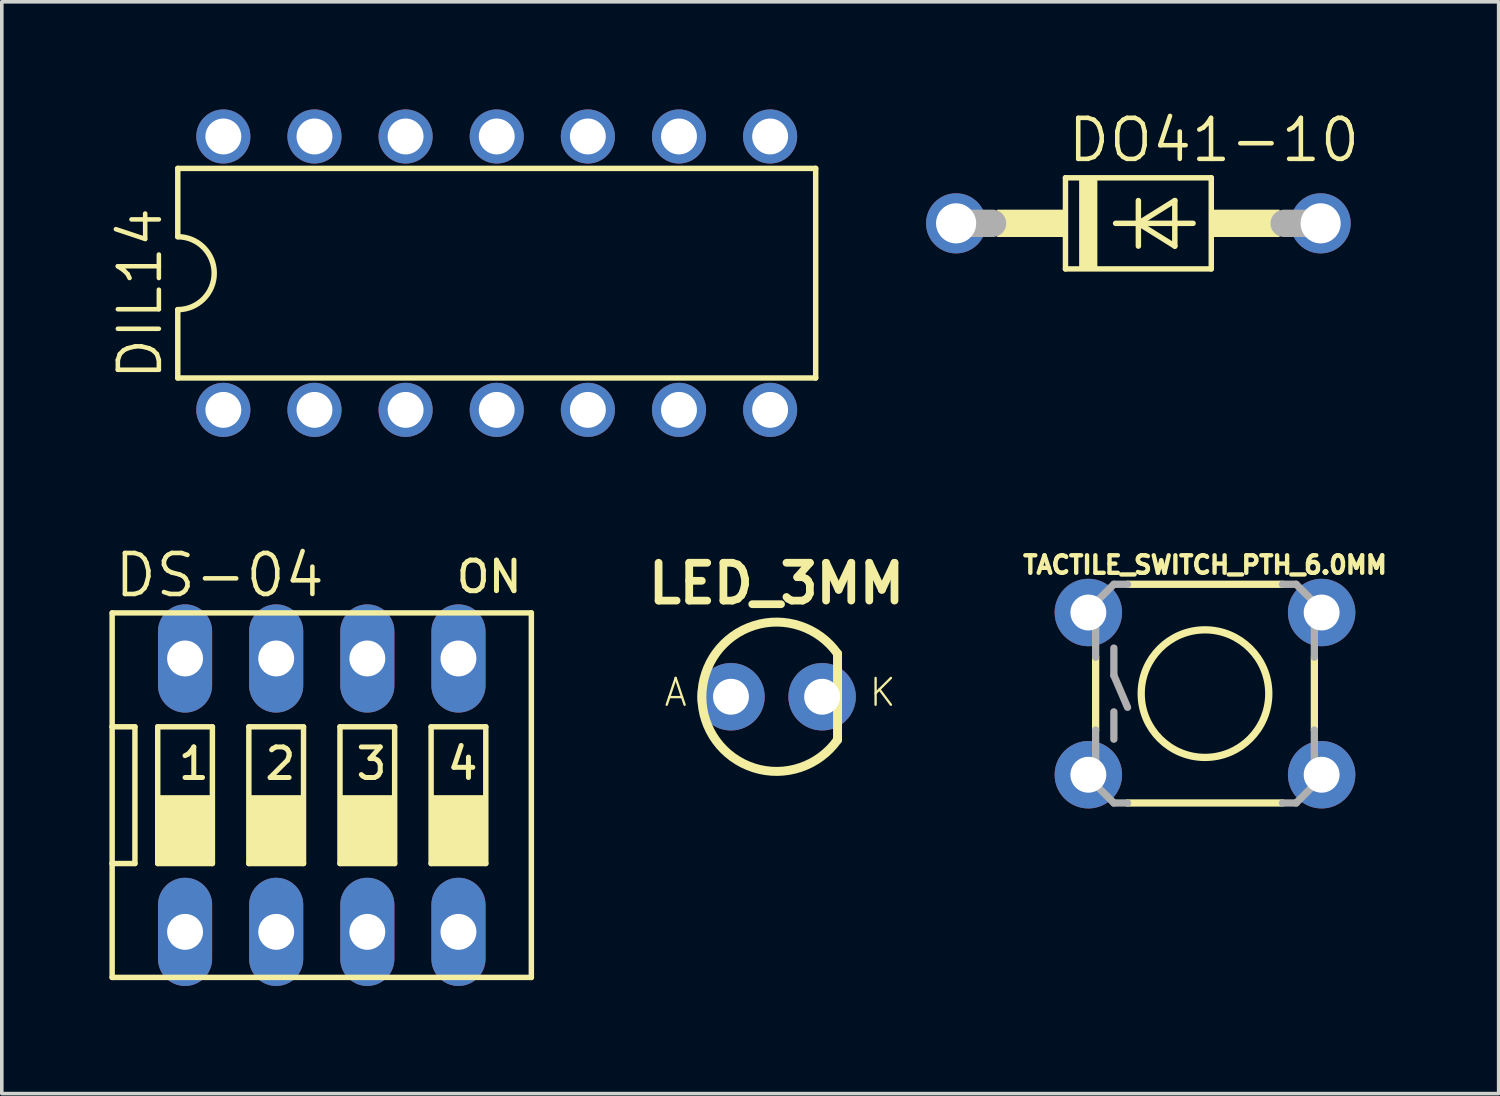
<source format=kicad_pcb>
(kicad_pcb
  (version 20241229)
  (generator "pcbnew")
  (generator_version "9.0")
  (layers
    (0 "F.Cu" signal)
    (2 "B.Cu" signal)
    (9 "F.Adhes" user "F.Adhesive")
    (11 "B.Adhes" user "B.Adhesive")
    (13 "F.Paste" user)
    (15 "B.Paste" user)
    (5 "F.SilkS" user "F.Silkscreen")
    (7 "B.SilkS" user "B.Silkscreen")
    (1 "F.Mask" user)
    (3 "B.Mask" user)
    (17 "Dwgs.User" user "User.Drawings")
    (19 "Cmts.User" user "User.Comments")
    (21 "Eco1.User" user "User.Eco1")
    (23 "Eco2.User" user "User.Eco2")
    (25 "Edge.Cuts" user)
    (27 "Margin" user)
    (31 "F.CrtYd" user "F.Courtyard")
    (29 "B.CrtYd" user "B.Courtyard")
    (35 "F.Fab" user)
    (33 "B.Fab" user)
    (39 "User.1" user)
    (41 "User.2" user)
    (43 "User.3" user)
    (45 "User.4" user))
  (footprint "TACTILE_SWITCH_PTH_6.0MM"
    (layer "F.Cu")
    (at 30.536 16.283)
    (property "Reference" "TACTILE_SWITCH_PTH_6.0MM" (at 0 -3.302 0) (layer "F.SilkS") (effects (font (size 0.488 0.488) (thickness 0.122)) (justify bottom)))
    (fp_line (start -3.048 -1.028) (end -3.048 1.016) (stroke (width 0.203) (type solid)) (layer "F.SilkS"))
    (fp_line (start -2.159 3.048) (end 2.159 3.048) (stroke (width 0.203) (type solid)) (layer "F.SilkS"))
    (fp_line (start 2.159 -3.048) (end -2.159 -3.048) (stroke (width 0.203) (type solid)) (layer "F.SilkS"))
    (fp_line (start 3.048 -0.998) (end 3.048 1.016) (stroke (width 0.203) (type solid)) (layer "F.SilkS"))
    (fp_circle (center 0 0) (end 1.778 0) (stroke (width 0.203) (type solid)) (fill no) (layer "F.SilkS"))
    (fp_line (start -3.048 -2.54) (end -3.048 -1.016) (stroke (width 0.203) (type solid)) (layer "F.Fab"))
    (fp_line (start -3.048 2.54) (end -3.048 1.016) (stroke (width 0.203) (type solid)) (layer "F.Fab"))
    (fp_line (start -2.54 -3.048) (end -3.048 -2.54) (stroke (width 0.203) (type solid)) (layer "F.Fab"))
    (fp_line (start -2.54 -3.048) (end -2.159 -3.048) (stroke (width 0.203) (type solid)) (layer "F.Fab"))
    (fp_line (start -2.54 -1.27) (end -2.54 -0.508) (stroke (width 0.203) (type solid)) (layer "F.Fab"))
    (fp_line (start -2.54 -0.508) (end -2.159 0.381) (stroke (width 0.203) (type solid)) (layer "F.Fab"))
    (fp_line (start -2.54 0.508) (end -2.54 1.27) (stroke (width 0.203) (type solid)) (layer "F.Fab"))
    (fp_line (start -2.54 3.048) (end -3.048 2.54) (stroke (width 0.203) (type solid)) (layer "F.Fab"))
    (fp_line (start -2.54 3.048) (end -2.159 3.048) (stroke (width 0.203) (type solid)) (layer "F.Fab"))
    (fp_line (start 2.54 -3.048) (end 2.159 -3.048) (stroke (width 0.203) (type solid)) (layer "F.Fab"))
    (fp_line (start 2.54 3.048) (end 2.159 3.048) (stroke (width 0.203) (type solid)) (layer "F.Fab"))
    (fp_line (start 2.54 3.048) (end 3.048 2.54) (stroke (width 0.203) (type solid)) (layer "F.Fab"))
    (fp_line (start 3.048 -2.54) (end 2.54 -3.048) (stroke (width 0.203) (type solid)) (layer "F.Fab"))
    (fp_line (start 3.048 -1.016) (end 3.048 -2.54) (stroke (width 0.203) (type solid)) (layer "F.Fab"))
    (fp_line (start 3.048 2.54) (end 3.048 1.016) (stroke (width 0.203) (type solid)) (layer "F.Fab"))
    (pad "1" thru_hole circle (at -3.251 -2.261) (size 1.88 1.88) (drill 1) (layers "*.Cu" "*.Mask"))
    (pad "2" thru_hole circle (at 3.251 -2.261) (size 1.88 1.88) (drill 1) (layers "*.Cu" "*.Mask"))
    (pad "3" thru_hole circle (at -3.251 2.261) (size 1.88 1.88) (drill 1) (layers "*.Cu" "*.Mask"))
    (pad "4" thru_hole circle (at 3.251 2.261) (size 1.88 1.88) (drill 1) (layers "*.Cu" "*.Mask")))
  (footprint "DIL14"
    (layer "F.Cu")
    (at 10.795 4.564)
    (property "Reference" "DIL14" (at -9.271 3.048 90) (layer "F.SilkS") (effects (font (size 1.143 1.143) (thickness 0.127)) (justify left bottom)))
    (fp_line (start -8.89 -2.921) (end -8.89 -1.016) (stroke (width 0.152) (type solid)) (layer "F.SilkS"))
    (fp_line (start -8.89 2.921) (end -8.89 1.016) (stroke (width 0.152) (type solid)) (layer "F.SilkS"))
    (fp_line (start -8.89 2.921) (end 8.89 2.921) (stroke (width 0.152) (type solid)) (layer "F.SilkS"))
    (fp_line (start 8.89 -2.921) (end -8.89 -2.921) (stroke (width 0.152) (type solid)) (layer "F.SilkS"))
    (fp_line (start 8.89 -2.921) (end 8.89 2.921) (stroke (width 0.152) (type solid)) (layer "F.SilkS"))
    (fp_arc (start -8.89 -1.016) (mid -7.874 0) (end -8.89 1.016) (stroke (width 0.1524) (type solid)) (layer "F.SilkS"))
    (pad "1" thru_hole circle (at -7.62 3.81 90) (size 1.508 1.508) (drill 1) (layers "*.Cu" "*.Mask"))
    (pad "2" thru_hole circle (at -5.08 3.81 90) (size 1.508 1.508) (drill 1) (layers "*.Cu" "*.Mask"))
    (pad "3" thru_hole circle (at -2.54 3.81 90) (size 1.508 1.508) (drill 1) (layers "*.Cu" "*.Mask"))
    (pad "4" thru_hole circle (at 0 3.81 90) (size 1.508 1.508) (drill 1) (layers "*.Cu" "*.Mask"))
    (pad "5" thru_hole circle (at 2.54 3.81 90) (size 1.508 1.508) (drill 1) (layers "*.Cu" "*.Mask"))
    (pad "6" thru_hole circle (at 5.08 3.81 90) (size 1.508 1.508) (drill 1) (layers "*.Cu" "*.Mask"))
    (pad "7" thru_hole circle (at 7.62 3.81 90) (size 1.508 1.508) (drill 1) (layers "*.Cu" "*.Mask"))
    (pad "8" thru_hole circle (at 7.62 -3.81 90) (size 1.508 1.508) (drill 1) (layers "*.Cu" "*.Mask"))
    (pad "9" thru_hole circle (at 5.08 -3.81 90) (size 1.508 1.508) (drill 1) (layers "*.Cu" "*.Mask"))
    (pad "10" thru_hole circle (at 2.54 -3.81 90) (size 1.508 1.508) (drill 1) (layers "*.Cu" "*.Mask"))
    (pad "11" thru_hole circle (at 0 -3.81 90) (size 1.508 1.508) (drill 1) (layers "*.Cu" "*.Mask"))
    (pad "12" thru_hole circle (at -2.54 -3.81 90) (size 1.508 1.508) (drill 1) (layers "*.Cu" "*.Mask"))
    (pad "13" thru_hole circle (at -5.08 -3.81 90) (size 1.508 1.508) (drill 1) (layers "*.Cu" "*.Mask"))
    (pad "14" thru_hole circle (at -7.62 -3.81 90) (size 1.508 1.508) (drill 1) (layers "*.Cu" "*.Mask")))
  (footprint "DO41-10"
    (layer "F.Cu")
    (at 28.679 3.175)
    (property "Reference" "DO41-10" (at -2.032 -1.651 0) (layer "F.SilkS") (effects (font (size 1.143 1.143) (thickness 0.127)) (justify left bottom)))
    (fp_line (start -2.032 -1.27) (end -2.032 1.27) (stroke (width 0.152) (type solid)) (layer "F.SilkS"))
    (fp_line (start -2.032 -1.27) (end 2.032 -1.27) (stroke (width 0.152) (type solid)) (layer "F.SilkS"))
    (fp_line (start -0.635 0) (end 0 0) (stroke (width 0.152) (type solid)) (layer "F.SilkS"))
    (fp_line (start 0 -0.635) (end 0 0) (stroke (width 0.152) (type solid)) (layer "F.SilkS"))
    (fp_line (start 0 0) (end 0 0.635) (stroke (width 0.152) (type solid)) (layer "F.SilkS"))
    (fp_line (start 0 0) (end 1.016 -0.635) (stroke (width 0.152) (type solid)) (layer "F.SilkS"))
    (fp_line (start 0 0) (end 1.524 0) (stroke (width 0.152) (type solid)) (layer "F.SilkS"))
    (fp_line (start 1.016 -0.635) (end 1.016 0.635) (stroke (width 0.152) (type solid)) (layer "F.SilkS"))
    (fp_line (start 1.016 0.635) (end 0 0) (stroke (width 0.152) (type solid)) (layer "F.SilkS"))
    (fp_line (start 2.032 1.27) (end -2.032 1.27) (stroke (width 0.152) (type solid)) (layer "F.SilkS"))
    (fp_line (start 2.032 1.27) (end 2.032 -1.27) (stroke (width 0.152) (type solid)) (layer "F.SilkS"))
    (fp_poly (pts (xy -3.937 0.381) (xy -2.032 0.381) (xy -2.032 -0.381) (xy -3.937 -0.381)) (stroke (width 0) (type solid)) (fill yes) (layer "F.SilkS"))
    (fp_poly (pts (xy -1.651 1.27) (xy -1.143 1.27) (xy -1.143 -1.27) (xy -1.651 -1.27)) (stroke (width 0) (type solid)) (fill yes) (layer "F.SilkS"))
    (fp_poly (pts (xy 2.032 0.381) (xy 3.937 0.381) (xy 3.937 -0.381) (xy 2.032 -0.381)) (stroke (width 0) (type solid)) (fill yes) (layer "F.SilkS"))
    (fp_line (start -5.08 0) (end -4.064 0) (stroke (width 0.762) (type solid)) (layer "F.Fab"))
    (fp_line (start 5.08 0) (end 4.064 0) (stroke (width 0.762) (type solid)) (layer "F.Fab"))
    (pad "A" thru_hole circle (at 5.08 0) (size 1.676 1.676) (drill 1.118) (layers "*.Cu" "*.Mask"))
    (pad "C" thru_hole circle (at -5.08 0) (size 1.676 1.676) (drill 1.118) (layers "*.Cu" "*.Mask")))
  (footprint "DS-04"
    (layer "F.Cu")
    (at 5.918 19.113)
    (property "Reference" "DS-04" (at -5.842 -5.461 0) (layer "F.SilkS") (effects (font (size 1.143 1.143) (thickness 0.127)) (justify left bottom)))
    (fp_line (start -5.842 -5.08) (end -5.842 -1.905) (stroke (width 0.152) (type solid)) (layer "F.SilkS"))
    (fp_line (start -5.842 -1.905) (end -5.842 1.905) (stroke (width 0.152) (type solid)) (layer "F.SilkS"))
    (fp_line (start -5.842 -1.905) (end -5.207 -1.905) (stroke (width 0.152) (type solid)) (layer "F.SilkS"))
    (fp_line (start -5.842 1.905) (end -5.842 5.08) (stroke (width 0.152) (type solid)) (layer "F.SilkS"))
    (fp_line (start -5.842 1.905) (end -5.207 1.905) (stroke (width 0.152) (type solid)) (layer "F.SilkS"))
    (fp_line (start -5.842 5.08) (end 5.842 5.08) (stroke (width 0.152) (type solid)) (layer "F.SilkS"))
    (fp_line (start -5.207 1.905) (end -5.207 -1.905) (stroke (width 0.152) (type solid)) (layer "F.SilkS"))
    (fp_line (start -4.572 -1.905) (end -4.572 1.905) (stroke (width 0.152) (type solid)) (layer "F.SilkS"))
    (fp_line (start -4.572 -1.905) (end -3.048 -1.905) (stroke (width 0.152) (type solid)) (layer "F.SilkS"))
    (fp_line (start -3.048 1.905) (end -4.572 1.905) (stroke (width 0.152) (type solid)) (layer "F.SilkS"))
    (fp_line (start -3.048 1.905) (end -3.048 -1.905) (stroke (width 0.152) (type solid)) (layer "F.SilkS"))
    (fp_line (start -2.032 -1.905) (end -2.032 1.905) (stroke (width 0.152) (type solid)) (layer "F.SilkS"))
    (fp_line (start -2.032 -1.905) (end -0.508 -1.905) (stroke (width 0.152) (type solid)) (layer "F.SilkS"))
    (fp_line (start -0.508 1.905) (end -2.032 1.905) (stroke (width 0.152) (type solid)) (layer "F.SilkS"))
    (fp_line (start -0.508 1.905) (end -0.508 -1.905) (stroke (width 0.152) (type solid)) (layer "F.SilkS"))
    (fp_line (start 0.508 -1.905) (end 0.508 1.905) (stroke (width 0.152) (type solid)) (layer "F.SilkS"))
    (fp_line (start 0.508 -1.905) (end 2.032 -1.905) (stroke (width 0.152) (type solid)) (layer "F.SilkS"))
    (fp_line (start 2.032 1.905) (end 0.508 1.905) (stroke (width 0.152) (type solid)) (layer "F.SilkS"))
    (fp_line (start 2.032 1.905) (end 2.032 -1.905) (stroke (width 0.152) (type solid)) (layer "F.SilkS"))
    (fp_line (start 3.048 -1.905) (end 3.048 1.905) (stroke (width 0.152) (type solid)) (layer "F.SilkS"))
    (fp_line (start 3.048 -1.905) (end 4.572 -1.905) (stroke (width 0.152) (type solid)) (layer "F.SilkS"))
    (fp_line (start 4.572 1.905) (end 3.048 1.905) (stroke (width 0.152) (type solid)) (layer "F.SilkS"))
    (fp_line (start 4.572 1.905) (end 4.572 -1.905) (stroke (width 0.152) (type solid)) (layer "F.SilkS"))
    (fp_line (start 5.842 -5.08) (end -5.842 -5.08) (stroke (width 0.152) (type solid)) (layer "F.SilkS"))
    (fp_line (start 5.842 5.08) (end 5.842 -5.08) (stroke (width 0.152) (type solid)) (layer "F.SilkS"))
    (fp_poly (pts (xy -4.572 1.905) (xy -3.048 1.905) (xy -3.048 0) (xy -4.572 0)) (stroke (width 0) (type solid)) (fill yes) (layer "F.SilkS"))
    (fp_poly (pts (xy -2.032 1.905) (xy -0.508 1.905) (xy -0.508 0) (xy -2.032 0)) (stroke (width 0) (type solid)) (fill yes) (layer "F.SilkS"))
    (fp_poly (pts (xy 0.508 1.905) (xy 2.032 1.905) (xy 2.032 0) (xy 0.508 0)) (stroke (width 0) (type solid)) (fill yes) (layer "F.SilkS"))
    (fp_poly (pts (xy 3.048 1.905) (xy 4.572 1.905) (xy 4.572 0) (xy 3.048 0)) (stroke (width 0) (type solid)) (fill yes) (layer "F.SilkS"))
    (fp_text user "4" (at 3.429 -0.381 0) (layer "F.SilkS") (effects (font (size 0.852 0.852) (thickness 0.139)) (justify left bottom)))
    (fp_text user "2" (at -1.651 -0.381 0) (layer "F.SilkS") (effects (font (size 0.852 0.852) (thickness 0.139)) (justify left bottom)))
    (fp_text user "1" (at -4.064 -0.381 0) (layer "F.SilkS") (effects (font (size 0.852 0.852) (thickness 0.139)) (justify left bottom)))
    (fp_text user "ON" (at 3.683 -5.588 0) (layer "F.SilkS") (effects (font (size 0.852 0.852) (thickness 0.139)) (justify left bottom)))
    (fp_text user "3" (at 0.889 -0.381 0) (layer "F.SilkS") (effects (font (size 0.852 0.852) (thickness 0.139)) (justify left bottom)))
    (pad "1" thru_hole oval (at -3.81 3.81 90) (size 3.016 1.508) (drill 1) (layers "*.Cu" "*.Mask"))
    (pad "2" thru_hole oval (at -1.27 3.81 90) (size 3.016 1.508) (drill 1) (layers "*.Cu" "*.Mask"))
    (pad "3" thru_hole oval (at 1.27 3.81 90) (size 3.016 1.508) (drill 1) (layers "*.Cu" "*.Mask"))
    (pad "4" thru_hole oval (at 3.81 3.81 90) (size 3.016 1.508) (drill 1) (layers "*.Cu" "*.Mask"))
    (pad "5" thru_hole oval (at 3.81 -3.81 90) (size 3.016 1.508) (drill 1) (layers "*.Cu" "*.Mask"))
    (pad "6" thru_hole oval (at 1.27 -3.81 90) (size 3.016 1.508) (drill 1) (layers "*.Cu" "*.Mask"))
    (pad "7" thru_hole oval (at -1.27 -3.81 90) (size 3.016 1.508) (drill 1) (layers "*.Cu" "*.Mask"))
    (pad "8" thru_hole oval (at -3.81 -3.81 90) (size 3.016 1.508) (drill 1) (layers "*.Cu" "*.Mask")))
  (footprint "LED_3MM"
    (layer "F.Cu")
    (at 18.594 16.37)
    (property "Reference" "LED_3MM" (at 0 -2.54 0) (layer "F.SilkS") (effects (font (size 1.054 1.054) (thickness 0.216)) (justify bottom)))
    (fp_line (start 1.7 -1.2) (end 1.7 1.2) (stroke (width 0.25) (type solid)) (layer "F.SilkS"))
    (fp_arc (start 1.7 1.2) (mid -2.080865 0) (end 1.7 -1.2) (stroke (width 0.25) (type solid)) (layer "F.SilkS"))
    (fp_text user "A" (at -3.175 0.318 0) (layer "F.SilkS") (effects (font (size 0.748 0.748) (thickness 0.065)) (justify left bottom)))
    (fp_text user "K" (at 2.54 0.318 0) (layer "F.SilkS") (effects (font (size 0.748 0.748) (thickness 0.065)) (justify left bottom)))
    (pad "A" thru_hole circle (at -1.27 0) (size 1.88 1.88) (drill 1) (layers "*.Cu" "*.Mask"))
    (pad "K" thru_hole circle (at 1.27 0) (size 1.88 1.88) (drill 1) (layers "*.Cu" "*.Mask")))
  (gr_rect
    (start -3 -3)
    (end 38.721 27.431)
    (stroke (width 0.1) (type default))
    (fill no)
    (layer "Edge.Cuts")))
</source>
